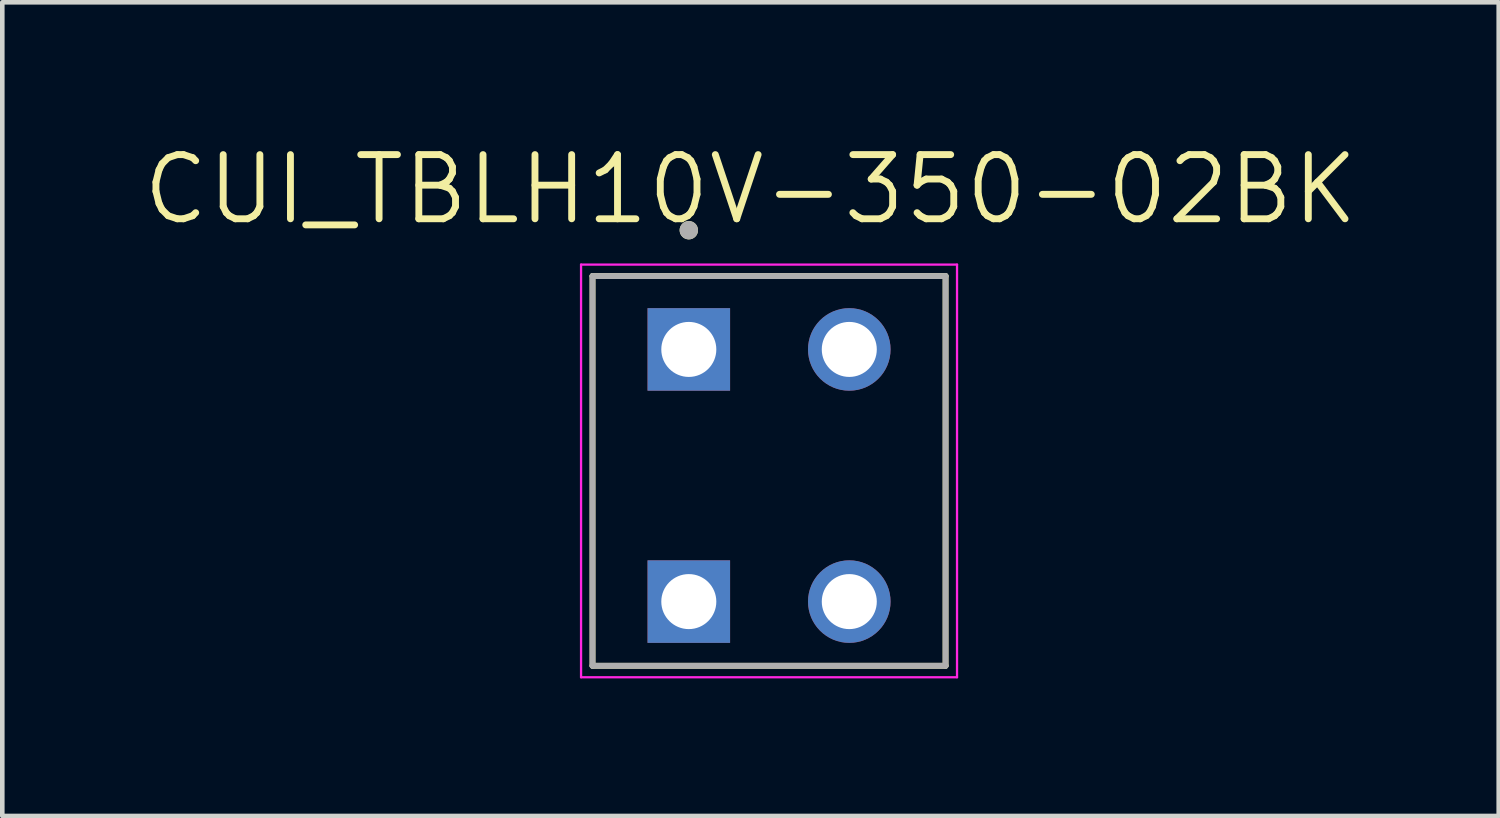
<source format=kicad_pcb>
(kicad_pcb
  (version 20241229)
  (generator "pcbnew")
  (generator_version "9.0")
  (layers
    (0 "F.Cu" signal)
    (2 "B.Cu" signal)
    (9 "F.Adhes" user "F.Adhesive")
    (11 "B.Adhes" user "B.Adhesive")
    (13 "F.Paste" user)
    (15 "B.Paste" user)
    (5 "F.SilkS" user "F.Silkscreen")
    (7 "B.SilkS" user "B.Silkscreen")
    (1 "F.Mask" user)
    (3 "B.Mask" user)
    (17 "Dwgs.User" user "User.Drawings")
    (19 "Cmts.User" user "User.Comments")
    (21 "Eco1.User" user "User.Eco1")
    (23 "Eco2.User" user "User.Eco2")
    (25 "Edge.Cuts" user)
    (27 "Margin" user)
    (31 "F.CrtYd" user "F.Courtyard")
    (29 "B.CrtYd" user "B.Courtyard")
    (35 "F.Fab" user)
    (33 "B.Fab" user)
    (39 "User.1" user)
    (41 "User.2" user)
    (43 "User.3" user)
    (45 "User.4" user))
  (footprint "CUI_TBLH10V-350-02BK"
    (layer "F.Cu")
    (at 11.973 4.571)
    (property "Reference" "CUI_TBLH10V-350-02BK" (at 1.345 -3.489 0) (layer "F.SilkS") (effects (font (size 1.4 1.4) (thickness 0.15))))
    (attr through_hole)
    (fp_line (start -2.1 -1.6) (end 5.6 -1.6) (stroke (width 0.127) (type solid)) (layer "F.SilkS"))
    (fp_line (start -2.1 6.9) (end -2.1 -1.6) (stroke (width 0.127) (type solid)) (layer "F.SilkS"))
    (fp_line (start 5.6 -1.6) (end 5.6 6.9) (stroke (width 0.127) (type solid)) (layer "F.SilkS"))
    (fp_line (start 5.6 6.9) (end -2.1 6.9) (stroke (width 0.127) (type solid)) (layer "F.SilkS"))
    (fp_circle (center 0 -2.6) (end 0.1 -2.6) (stroke (width 0.2) (type solid)) (fill no) (layer "F.SilkS"))
    (fp_line (start -2.35 -1.85) (end 5.85 -1.85) (stroke (width 0.05) (type solid)) (layer "F.CrtYd"))
    (fp_line (start -2.35 7.15) (end -2.35 -1.85) (stroke (width 0.05) (type solid)) (layer "F.CrtYd"))
    (fp_line (start 5.85 -1.85) (end 5.85 7.15) (stroke (width 0.05) (type solid)) (layer "F.CrtYd"))
    (fp_line (start 5.85 7.15) (end -2.35 7.15) (stroke (width 0.05) (type solid)) (layer "F.CrtYd"))
    (fp_line (start -2.1 -1.6) (end 5.6 -1.6) (stroke (width 0.127) (type solid)) (layer "F.Fab"))
    (fp_line (start -2.1 6.9) (end -2.1 -1.6) (stroke (width 0.127) (type solid)) (layer "F.Fab"))
    (fp_line (start 5.6 -1.6) (end 5.6 6.9) (stroke (width 0.127) (type solid)) (layer "F.Fab"))
    (fp_line (start 5.6 6.9) (end -2.1 6.9) (stroke (width 0.127) (type solid)) (layer "F.Fab"))
    (fp_circle (center 0 -2.6) (end 0.1 -2.6) (stroke (width 0.2) (type solid)) (fill no) (layer "F.Fab"))
    (pad "1_A" thru_hole rect (at 0 0) (size 1.8 1.8) (drill 1.2) (layers "*.Cu" "*.Mask"))
    (pad "1_B" thru_hole rect (at 0 5.5) (size 1.8 1.8) (drill 1.2) (layers "*.Cu" "*.Mask"))
    (pad "2_A" thru_hole circle (at 3.5 0) (size 1.8 1.8) (drill 1.2) (layers "*.Cu" "*.Mask"))
    (pad "2_B" thru_hole circle (at 3.5 5.5) (size 1.8 1.8) (drill 1.2) (layers "*.Cu" "*.Mask")))
  (gr_rect
    (start -3 -3)
    (end 29.637 14.746)
    (stroke (width 0.1) (type default))
    (fill no)
    (layer "Edge.Cuts")))
</source>
